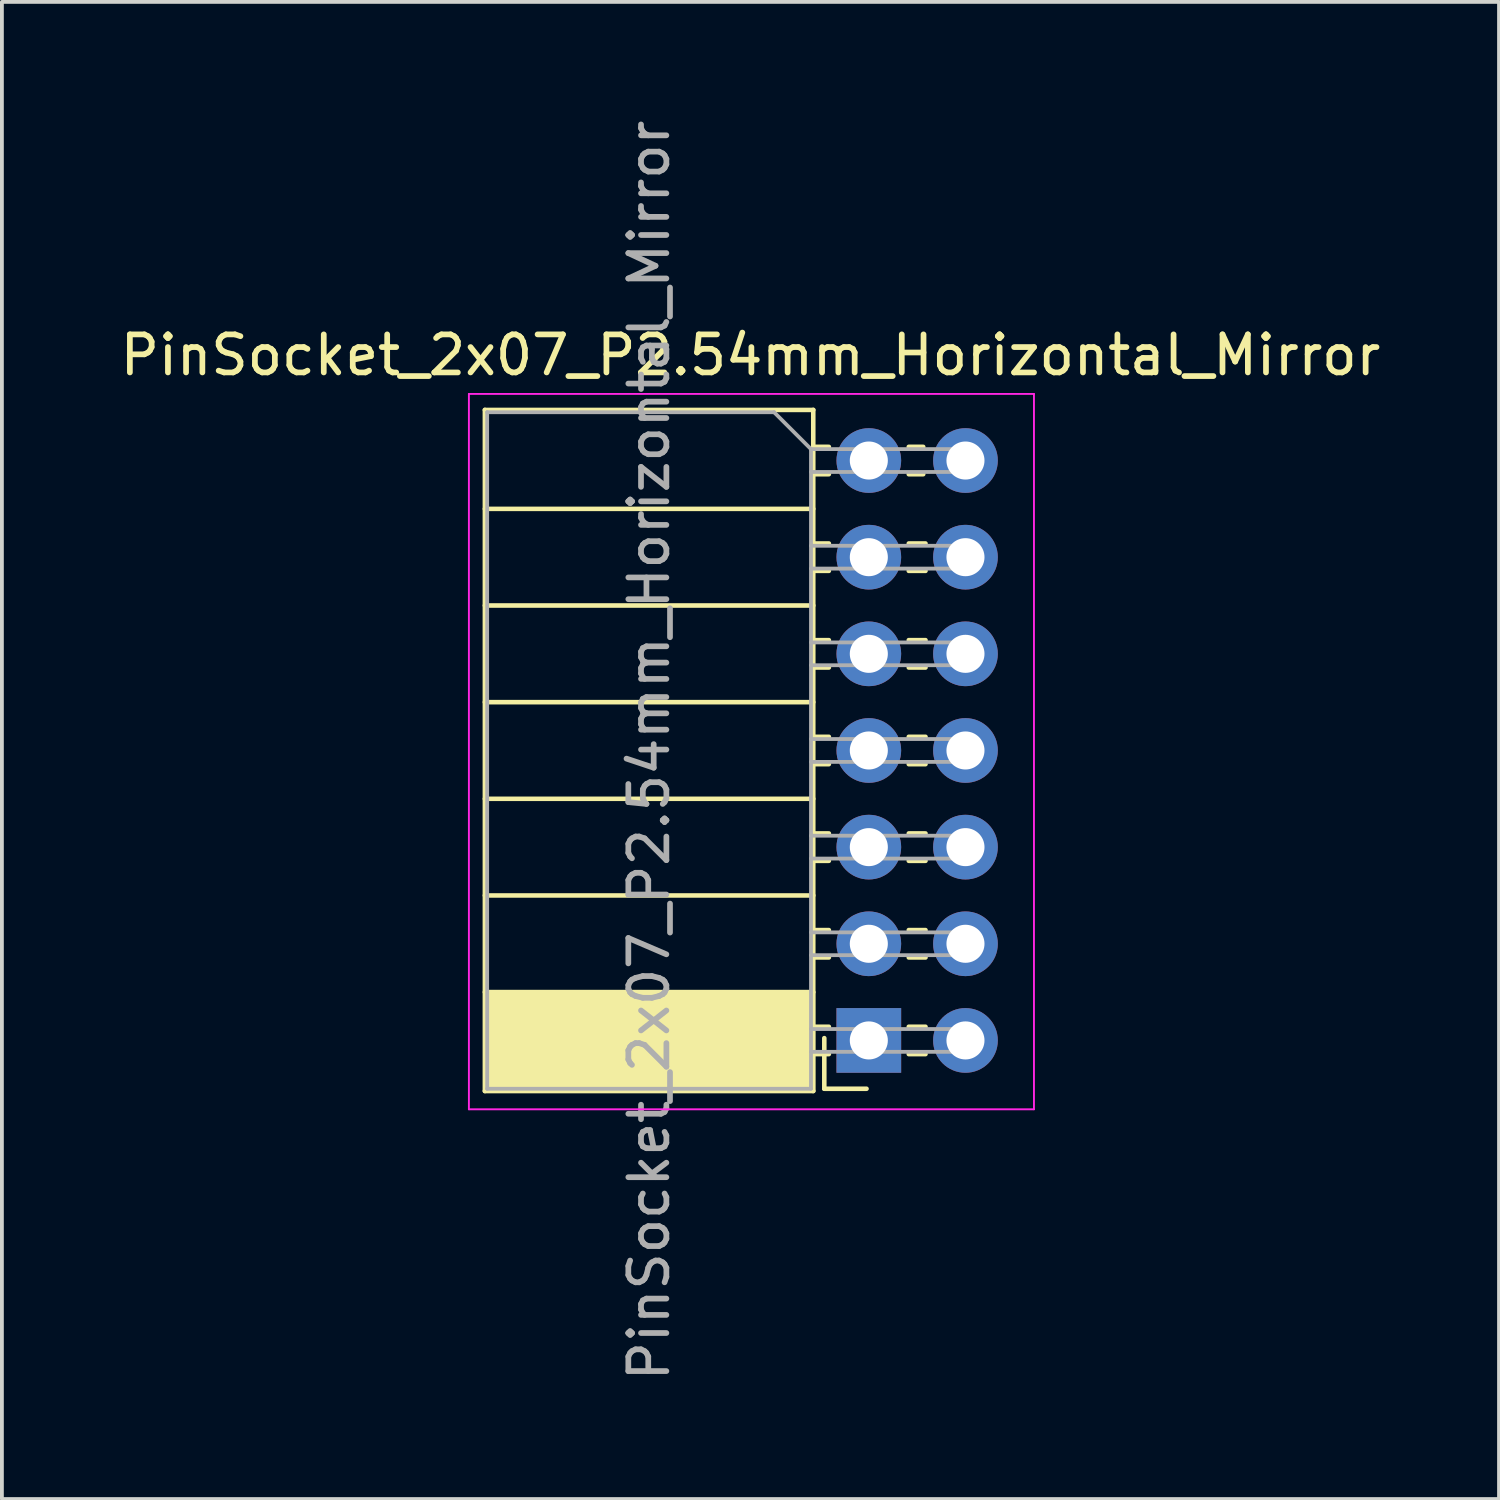
<source format=kicad_pcb>
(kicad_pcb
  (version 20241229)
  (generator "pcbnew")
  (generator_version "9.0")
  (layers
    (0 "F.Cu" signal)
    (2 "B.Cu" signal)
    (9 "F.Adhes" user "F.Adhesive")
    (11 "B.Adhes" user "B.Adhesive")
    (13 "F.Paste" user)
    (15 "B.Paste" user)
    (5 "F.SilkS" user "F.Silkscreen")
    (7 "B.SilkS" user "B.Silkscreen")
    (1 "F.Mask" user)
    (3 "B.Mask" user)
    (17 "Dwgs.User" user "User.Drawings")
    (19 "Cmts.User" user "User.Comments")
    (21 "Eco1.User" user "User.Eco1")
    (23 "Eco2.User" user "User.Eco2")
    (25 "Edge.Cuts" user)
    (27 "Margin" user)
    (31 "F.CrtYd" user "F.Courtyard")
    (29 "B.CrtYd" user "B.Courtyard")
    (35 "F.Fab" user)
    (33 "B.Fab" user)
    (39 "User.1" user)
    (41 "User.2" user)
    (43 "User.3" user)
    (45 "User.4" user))
  (footprint "PinSocket_2x07_P2.54mm_Horizontal_Mirror"
    (layer "F.Cu")
    (at 22.323 9.053)
    (property "Reference" "PinSocket_2x07_P2.54mm_Horizontal_Mirror" (at -5.65 -2.77 0) (layer "F.SilkS") (effects (font (size 1 1) (thickness 0.15))))
    (attr through_hole)
    (fp_line (start -12.63 -1.33) (end -12.63 16.57) (stroke (width 0.12) (type solid)) (layer "F.SilkS"))
    (fp_line (start -12.63 -1.33) (end -4 -1.33) (stroke (width 0.12) (type solid)) (layer "F.SilkS"))
    (fp_line (start -12.63 1.27) (end -4 1.27) (stroke (width 0.12) (type solid)) (layer "F.SilkS"))
    (fp_line (start -12.63 3.81) (end -4 3.81) (stroke (width 0.12) (type solid)) (layer "F.SilkS"))
    (fp_line (start -12.63 6.35) (end -4 6.35) (stroke (width 0.12) (type solid)) (layer "F.SilkS"))
    (fp_line (start -12.63 8.89) (end -4 8.89) (stroke (width 0.12) (type solid)) (layer "F.SilkS"))
    (fp_line (start -12.63 11.43) (end -4 11.43) (stroke (width 0.12) (type solid)) (layer "F.SilkS"))
    (fp_line (start -12.63 13.97) (end -4 13.97) (stroke (width 0.12) (type solid)) (layer "F.SilkS"))
    (fp_line (start -12.63 16.57) (end -4 16.57) (stroke (width 0.12) (type solid)) (layer "F.SilkS"))
    (fp_line (start -4 -1.33) (end -4 16.57) (stroke (width 0.12) (type solid)) (layer "F.SilkS"))
    (fp_line (start -4 -0.36) (end -3.59 -0.36) (stroke (width 0.12) (type solid)) (layer "F.SilkS"))
    (fp_line (start -4 0.36) (end -3.59 0.36) (stroke (width 0.12) (type solid)) (layer "F.SilkS"))
    (fp_line (start -4 2.18) (end -3.59 2.18) (stroke (width 0.12) (type solid)) (layer "F.SilkS"))
    (fp_line (start -4 2.9) (end -3.59 2.9) (stroke (width 0.12) (type solid)) (layer "F.SilkS"))
    (fp_line (start -4 4.72) (end -3.59 4.72) (stroke (width 0.12) (type solid)) (layer "F.SilkS"))
    (fp_line (start -4 5.44) (end -3.59 5.44) (stroke (width 0.12) (type solid)) (layer "F.SilkS"))
    (fp_line (start -4 7.26) (end -3.59 7.26) (stroke (width 0.12) (type solid)) (layer "F.SilkS"))
    (fp_line (start -4 7.98) (end -3.59 7.98) (stroke (width 0.12) (type solid)) (layer "F.SilkS"))
    (fp_line (start -4 9.8) (end -3.59 9.8) (stroke (width 0.12) (type solid)) (layer "F.SilkS"))
    (fp_line (start -4 10.52) (end -3.59 10.52) (stroke (width 0.12) (type solid)) (layer "F.SilkS"))
    (fp_line (start -4 12.34) (end -3.59 12.34) (stroke (width 0.12) (type solid)) (layer "F.SilkS"))
    (fp_line (start -4 13.06) (end -3.59 13.06) (stroke (width 0.12) (type solid)) (layer "F.SilkS"))
    (fp_line (start -4 14.88) (end -3.59 14.88) (stroke (width 0.12) (type solid)) (layer "F.SilkS"))
    (fp_line (start -4 15.6) (end -3.59 15.6) (stroke (width 0.12) (type solid)) (layer "F.SilkS"))
    (fp_line (start -3.71 16.51) (end -3.71 15.18) (stroke (width 0.12) (type solid)) (layer "F.SilkS"))
    (fp_line (start -2.6 16.51) (end -3.71 16.51) (stroke (width 0.12) (type solid)) (layer "F.SilkS"))
    (fp_line (start -1.49 -0.36) (end -1.11 -0.36) (stroke (width 0.12) (type solid)) (layer "F.SilkS"))
    (fp_line (start -1.49 0.36) (end -1.11 0.36) (stroke (width 0.12) (type solid)) (layer "F.SilkS"))
    (fp_line (start -1.49 2.18) (end -1.05 2.18) (stroke (width 0.12) (type solid)) (layer "F.SilkS"))
    (fp_line (start -1.49 2.9) (end -1.05 2.9) (stroke (width 0.12) (type solid)) (layer "F.SilkS"))
    (fp_line (start -1.49 4.72) (end -1.05 4.72) (stroke (width 0.12) (type solid)) (layer "F.SilkS"))
    (fp_line (start -1.49 5.44) (end -1.05 5.44) (stroke (width 0.12) (type solid)) (layer "F.SilkS"))
    (fp_line (start -1.49 7.26) (end -1.05 7.26) (stroke (width 0.12) (type solid)) (layer "F.SilkS"))
    (fp_line (start -1.49 7.98) (end -1.05 7.98) (stroke (width 0.12) (type solid)) (layer "F.SilkS"))
    (fp_line (start -1.49 9.8) (end -1.05 9.8) (stroke (width 0.12) (type solid)) (layer "F.SilkS"))
    (fp_line (start -1.49 10.52) (end -1.05 10.52) (stroke (width 0.12) (type solid)) (layer "F.SilkS"))
    (fp_line (start -1.49 12.34) (end -1.05 12.34) (stroke (width 0.12) (type solid)) (layer "F.SilkS"))
    (fp_line (start -1.49 13.06) (end -1.05 13.06) (stroke (width 0.12) (type solid)) (layer "F.SilkS"))
    (fp_line (start -1.49 14.88) (end -1.05 14.88) (stroke (width 0.12) (type solid)) (layer "F.SilkS"))
    (fp_line (start -1.49 15.6) (end -1.05 15.6) (stroke (width 0.12) (type solid)) (layer "F.SilkS"))
    (fp_rect (start -12.63 13.97) (end -4 16.57) (stroke (width 0.1) (type solid)) (fill yes) (layer "F.SilkS"))
    (fp_line (start -13.05 -1.75) (end -13.05 17.05) (stroke (width 0.05) (type solid)) (layer "F.CrtYd"))
    (fp_line (start -13.05 17.05) (end 1.8 17.05) (stroke (width 0.05) (type solid)) (layer "F.CrtYd"))
    (fp_line (start 1.8 -1.75) (end -13.05 -1.75) (stroke (width 0.05) (type solid)) (layer "F.CrtYd"))
    (fp_line (start 1.8 17.05) (end 1.8 -1.75) (stroke (width 0.05) (type solid)) (layer "F.CrtYd"))
    (fp_line (start -12.57 -1.27) (end -5.03 -1.27) (stroke (width 0.1) (type solid)) (layer "F.Fab"))
    (fp_line (start -12.57 16.51) (end -12.57 -1.27) (stroke (width 0.1) (type solid)) (layer "F.Fab"))
    (fp_line (start -5.03 -1.27) (end -4.06 -0.3) (stroke (width 0.1) (type solid)) (layer "F.Fab"))
    (fp_line (start -4.06 -0.3) (end -4.06 16.51) (stroke (width 0.1) (type solid)) (layer "F.Fab"))
    (fp_line (start -4.06 0.3) (end 0 0.3) (stroke (width 0.1) (type solid)) (layer "F.Fab"))
    (fp_line (start -4.06 2.84) (end 0 2.84) (stroke (width 0.1) (type solid)) (layer "F.Fab"))
    (fp_line (start -4.06 5.38) (end 0 5.38) (stroke (width 0.1) (type solid)) (layer "F.Fab"))
    (fp_line (start -4.06 7.92) (end 0 7.92) (stroke (width 0.1) (type solid)) (layer "F.Fab"))
    (fp_line (start -4.06 10.46) (end 0 10.46) (stroke (width 0.1) (type solid)) (layer "F.Fab"))
    (fp_line (start -4.06 13) (end 0 13) (stroke (width 0.1) (type solid)) (layer "F.Fab"))
    (fp_line (start -4.06 15.54) (end 0 15.54) (stroke (width 0.1) (type solid)) (layer "F.Fab"))
    (fp_line (start -4.06 16.51) (end -12.57 16.51) (stroke (width 0.1) (type solid)) (layer "F.Fab"))
    (fp_line (start 0 -0.3) (end -4.06 -0.3) (stroke (width 0.1) (type solid)) (layer "F.Fab"))
    (fp_line (start 0 0.3) (end 0 -0.3) (stroke (width 0.1) (type solid)) (layer "F.Fab"))
    (fp_line (start 0 2.24) (end -4.06 2.24) (stroke (width 0.1) (type solid)) (layer "F.Fab"))
    (fp_line (start 0 2.84) (end 0 2.24) (stroke (width 0.1) (type solid)) (layer "F.Fab"))
    (fp_line (start 0 4.78) (end -4.06 4.78) (stroke (width 0.1) (type solid)) (layer "F.Fab"))
    (fp_line (start 0 5.38) (end 0 4.78) (stroke (width 0.1) (type solid)) (layer "F.Fab"))
    (fp_line (start 0 7.32) (end -4.06 7.32) (stroke (width 0.1) (type solid)) (layer "F.Fab"))
    (fp_line (start 0 7.92) (end 0 7.32) (stroke (width 0.1) (type solid)) (layer "F.Fab"))
    (fp_line (start 0 9.86) (end -4.06 9.86) (stroke (width 0.1) (type solid)) (layer "F.Fab"))
    (fp_line (start 0 10.46) (end 0 9.86) (stroke (width 0.1) (type solid)) (layer "F.Fab"))
    (fp_line (start 0 12.4) (end -4.06 12.4) (stroke (width 0.1) (type solid)) (layer "F.Fab"))
    (fp_line (start 0 13) (end 0 12.4) (stroke (width 0.1) (type solid)) (layer "F.Fab"))
    (fp_line (start 0 14.94) (end -4.06 14.94) (stroke (width 0.1) (type solid)) (layer "F.Fab"))
    (fp_line (start 0 15.54) (end 0 14.94) (stroke (width 0.1) (type solid)) (layer "F.Fab"))
    (fp_text user "${REFERENCE}" (at -8.315 7.62 90) (layer "F.Fab") (effects (font (size 1 1) (thickness 0.15))))
    (pad "1" thru_hole rect (at -2.54 15.24) (size 1.7 1.7) (drill 1) (layers "*.Cu" "*.Mask"))
    (pad "2" thru_hole circle (at 0 15.24) (size 1.7 1.7) (drill 1) (layers "*.Cu" "*.Mask"))
    (pad "3" thru_hole circle (at -2.54 12.7) (size 1.7 1.7) (drill 1) (layers "*.Cu" "*.Mask"))
    (pad "4" thru_hole circle (at 0 12.7) (size 1.7 1.7) (drill 1) (layers "*.Cu" "*.Mask"))
    (pad "5" thru_hole circle (at -2.54 10.16) (size 1.7 1.7) (drill 1) (layers "*.Cu" "*.Mask"))
    (pad "6" thru_hole circle (at 0 10.16) (size 1.7 1.7) (drill 1) (layers "*.Cu" "*.Mask"))
    (pad "7" thru_hole circle (at -2.54 7.62) (size 1.7 1.7) (drill 1) (layers "*.Cu" "*.Mask"))
    (pad "8" thru_hole circle (at 0 7.62) (size 1.7 1.7) (drill 1) (layers "*.Cu" "*.Mask"))
    (pad "9" thru_hole circle (at -2.54 5.08) (size 1.7 1.7) (drill 1) (layers "*.Cu" "*.Mask"))
    (pad "10" thru_hole circle (at 0 5.08) (size 1.7 1.7) (drill 1) (layers "*.Cu" "*.Mask"))
    (pad "11" thru_hole circle (at -2.54 2.54) (size 1.7 1.7) (drill 1) (layers "*.Cu" "*.Mask"))
    (pad "12" thru_hole circle (at 0 2.54) (size 1.7 1.7) (drill 1) (layers "*.Cu" "*.Mask"))
    (pad "13" thru_hole circle (at -2.54 0) (size 1.7 1.7) (drill 1) (layers "*.Cu" "*.Mask"))
    (pad "14" thru_hole circle (at 0 0) (size 1.7 1.7) (drill 1) (layers "*.Cu" "*.Mask")))
  (gr_rect
    (start -3 -3)
    (end 36.345 36.345)
    (stroke (width 0.1) (type default))
    (fill no)
    (layer "Edge.Cuts")))
</source>
